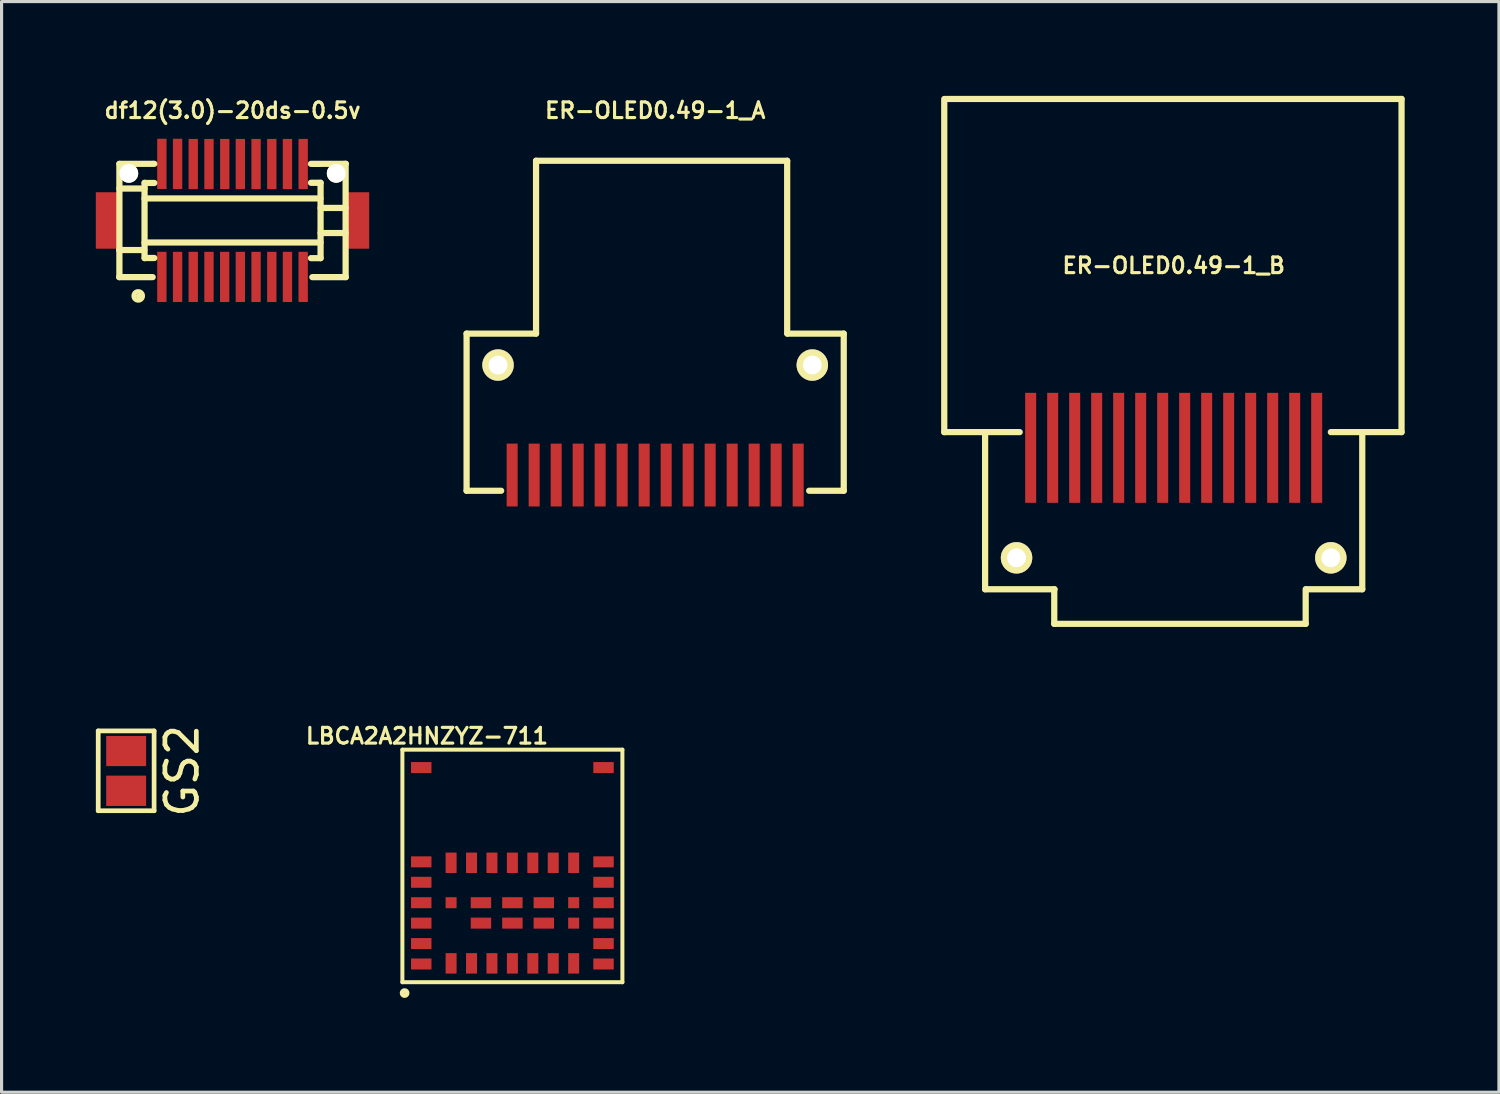
<source format=kicad_pcb>
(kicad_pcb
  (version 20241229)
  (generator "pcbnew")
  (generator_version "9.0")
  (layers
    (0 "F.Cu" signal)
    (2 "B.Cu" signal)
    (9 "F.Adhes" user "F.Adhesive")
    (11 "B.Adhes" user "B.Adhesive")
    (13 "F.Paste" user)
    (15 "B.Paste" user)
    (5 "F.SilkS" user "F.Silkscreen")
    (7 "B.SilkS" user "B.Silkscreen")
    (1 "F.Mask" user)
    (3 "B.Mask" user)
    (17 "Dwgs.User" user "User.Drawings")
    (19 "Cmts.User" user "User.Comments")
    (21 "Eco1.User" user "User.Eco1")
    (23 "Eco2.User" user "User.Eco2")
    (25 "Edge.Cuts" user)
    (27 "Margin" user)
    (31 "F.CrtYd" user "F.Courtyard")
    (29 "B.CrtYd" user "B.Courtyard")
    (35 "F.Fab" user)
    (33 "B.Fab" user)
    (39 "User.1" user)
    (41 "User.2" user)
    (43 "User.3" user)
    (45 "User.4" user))
  (footprint "df12(3.0)-20ds-0.5v"
    (layer "F.Cu")
    (at 4.348 3.965)
    (property "Reference" "df12(3.0)-20ds-0.5v" (at 0 -3.5 0) (layer "F.SilkS") (effects (font (size 0.498 0.498) (thickness 0.099))))
    (attr through_hole)
    (fp_line (start -3.607 1.803) (end -2.54 1.803) (stroke (width 0.198) (type solid)) (layer "F.SilkS"))
    (fp_line (start -3.599 1.801) (end -3.599 -1.801) (stroke (width 0.198) (type solid)) (layer "F.SilkS"))
    (fp_line (start -3 2.4) (end -2.9 2.4) (stroke (width 0.15) (type solid)) (layer "F.SilkS"))
    (fp_line (start -2.807 0.94) (end -3.607 0.94) (stroke (width 0.198) (type solid)) (layer "F.SilkS"))
    (fp_line (start -2.799 -1.016) (end -3.599 -1.016) (stroke (width 0.198) (type solid)) (layer "F.SilkS"))
    (fp_line (start -2.799 0.701) (end 2.799 0.701) (stroke (width 0.198) (type solid)) (layer "F.SilkS"))
    (fp_line (start -2.799 1.199) (end -2.799 -1.199) (stroke (width 0.198) (type solid)) (layer "F.SilkS"))
    (fp_line (start -2.489 -1.803) (end -3.599 -1.801) (stroke (width 0.198) (type solid)) (layer "F.SilkS"))
    (fp_line (start -2.489 -1.194) (end -2.794 -1.194) (stroke (width 0.198) (type solid)) (layer "F.SilkS"))
    (fp_line (start -2.489 1.194) (end -2.794 1.194) (stroke (width 0.198) (type solid)) (layer "F.SilkS"))
    (fp_line (start 2.54 1.803) (end 3.607 1.803) (stroke (width 0.198) (type solid)) (layer "F.SilkS"))
    (fp_line (start 2.799 -0.701) (end -2.799 -0.701) (stroke (width 0.198) (type solid)) (layer "F.SilkS"))
    (fp_line (start 2.802 -1.199) (end 2.497 -1.199) (stroke (width 0.198) (type solid)) (layer "F.SilkS"))
    (fp_line (start 2.802 -1.199) (end 2.802 1.199) (stroke (width 0.198) (type solid)) (layer "F.SilkS"))
    (fp_line (start 2.802 -0.399) (end 3.602 -0.399) (stroke (width 0.198) (type solid)) (layer "F.SilkS"))
    (fp_line (start 2.802 1.199) (end 2.497 1.199) (stroke (width 0.198) (type solid)) (layer "F.SilkS"))
    (fp_line (start 3.599 -1.801) (end 3.599 1.801) (stroke (width 0.198) (type solid)) (layer "F.SilkS"))
    (fp_line (start 3.602 0.399) (end 2.802 0.399) (stroke (width 0.198) (type solid)) (layer "F.SilkS"))
    (fp_line (start 3.607 -1.803) (end 2.497 -1.801) (stroke (width 0.198) (type solid)) (layer "F.SilkS"))
    (fp_circle (center -3 2.4) (end -2.9 2.5) (stroke (width 0.15) (type solid)) (fill no) (layer "F.SilkS"))
    (pad "" smd rect (at -3.95 0) (size 0.798 1.796) (layers "F.Cu" "F.Mask" "F.Paste"))
    (pad "" np_thru_hole circle (at -3.299 -1.499) (size 0.597 0.597) (drill 0.597) (layers "*.Cu" "*.Mask" "F.SilkS"))
    (pad "" np_thru_hole circle (at 3.299 -1.499) (size 0.597 0.597) (drill 0.597) (layers "*.Cu" "*.Mask" "F.SilkS"))
    (pad "" smd rect (at 3.95 0) (size 0.798 1.796) (layers "F.Cu" "F.Mask" "F.Paste"))
    (pad "1" smd rect (at -2.248 1.796) (size 0.297 1.598) (layers "F.Cu" "F.Mask" "F.Paste"))
    (pad "2" smd rect (at -1.748 1.796) (size 0.297 1.598) (layers "F.Cu" "F.Mask" "F.Paste"))
    (pad "3" smd rect (at -1.25 1.796) (size 0.297 1.598) (layers "F.Cu" "F.Mask" "F.Paste"))
    (pad "4" smd rect (at -0.749 1.796) (size 0.297 1.598) (layers "F.Cu" "F.Mask" "F.Paste"))
    (pad "5" smd rect (at -0.249 1.796) (size 0.297 1.598) (layers "F.Cu" "F.Mask" "F.Paste"))
    (pad "6" smd rect (at 0.249 1.796) (size 0.297 1.598) (layers "F.Cu" "F.Mask" "F.Paste"))
    (pad "7" smd rect (at 0.749 1.796) (size 0.297 1.598) (layers "F.Cu" "F.Mask" "F.Paste"))
    (pad "8" smd rect (at 1.25 1.796) (size 0.297 1.598) (layers "F.Cu" "F.Mask" "F.Paste"))
    (pad "9" smd rect (at 1.748 1.796) (size 0.297 1.598) (layers "F.Cu" "F.Mask" "F.Paste"))
    (pad "10" smd rect (at 2.248 1.796) (size 0.297 1.598) (layers "F.Cu" "F.Mask" "F.Paste"))
    (pad "11" smd rect (at 2.248 -1.796) (size 0.297 1.598) (layers "F.Cu" "F.Mask" "F.Paste"))
    (pad "12" smd rect (at 1.748 -1.796) (size 0.297 1.598) (layers "F.Cu" "F.Mask" "F.Paste"))
    (pad "13" smd rect (at 1.25 -1.796) (size 0.297 1.598) (layers "F.Cu" "F.Mask" "F.Paste"))
    (pad "14" smd rect (at 0.749 -1.796) (size 0.297 1.598) (layers "F.Cu" "F.Mask" "F.Paste"))
    (pad "15" smd rect (at 0.249 -1.796) (size 0.297 1.598) (layers "F.Cu" "F.Mask" "F.Paste"))
    (pad "16" smd rect (at -0.246 -1.796) (size 0.297 1.598) (layers "F.Cu" "F.Mask" "F.Paste"))
    (pad "17" smd rect (at -0.749 -1.796) (size 0.297 1.598) (layers "F.Cu" "F.Mask" "F.Paste"))
    (pad "18" smd rect (at -1.25 -1.796) (size 0.297 1.598) (layers "F.Cu" "F.Mask" "F.Paste"))
    (pad "19" smd rect (at -1.748 -1.801) (size 0.297 1.598) (layers "F.Cu" "F.Mask" "F.Paste"))
    (pad "20" smd rect (at -2.248 -1.801) (size 0.297 1.598) (layers "F.Cu" "F.Mask" "F.Paste")))
  (footprint "GS2"
    (layer "F.Cu")
    (at 0.964 21.476)
    (property "Reference" "GS2" (at 1.778 0 90) (layer "F.SilkS") (effects (font (size 1 1) (thickness 0.15))))
    (attr exclude_from_pos_files exclude_from_bom)
    (fp_line (start -0.889 -1.27) (end -0.889 1.27) (stroke (width 0.15) (type solid)) (layer "F.SilkS"))
    (fp_line (start -0.889 -1.27) (end 0.889 -1.27) (stroke (width 0.15) (type solid)) (layer "F.SilkS"))
    (fp_line (start 0.889 1.27) (end -0.889 1.27) (stroke (width 0.15) (type solid)) (layer "F.SilkS"))
    (fp_line (start 0.889 1.27) (end 0.889 -1.27) (stroke (width 0.15) (type solid)) (layer "F.SilkS"))
    (pad "1" smd rect (at 0 -0.63) (size 1.27 0.96) (layers "F.Cu" "F.Mask" "F.Paste"))
    (pad "2" smd rect (at 0 0.635) (size 1.27 0.965) (layers "F.Cu" "F.Mask" "F.Paste")))
  (footprint "LBCA2A2HNZYZ-711"
    (layer "F.Cu")
    (at 13.253 26.002)
    (property "Reference" "LBCA2A2HNZYZ-711" (at -2.718 -5.635 0) (layer "F.SilkS") (effects (font (size 0.5 0.5) (thickness 0.1))))
    (attr through_hole)
    (fp_line (start -3.5 -5.2) (end 3.5 -5.2) (stroke (width 0.127) (type solid)) (layer "F.SilkS"))
    (fp_line (start -3.5 2.2) (end -3.5 -5.2) (stroke (width 0.127) (type solid)) (layer "F.SilkS"))
    (fp_line (start 3.5 -5.2) (end 3.5 2.2) (stroke (width 0.127) (type solid)) (layer "F.SilkS"))
    (fp_line (start 3.5 2.2) (end -3.5 2.2) (stroke (width 0.127) (type solid)) (layer "F.SilkS"))
    (fp_circle (center -3.429 2.545) (end -3.404 2.621) (stroke (width 0.15) (type solid)) (fill no) (layer "F.SilkS"))
    (pad "1" smd rect (at -1.95 1.6) (size 0.35 0.65) (layers "F.Cu" "F.Mask" "F.Paste"))
    (pad "2" smd rect (at -1.3 1.6) (size 0.35 0.65) (layers "F.Cu" "F.Mask" "F.Paste"))
    (pad "3" smd rect (at -0.65 1.6) (size 0.35 0.65) (layers "F.Cu" "F.Mask" "F.Paste"))
    (pad "4" smd rect (at 0 1.6) (size 0.35 0.65) (layers "F.Cu" "F.Mask" "F.Paste"))
    (pad "5" smd rect (at 0.65 1.6) (size 0.35 0.65) (layers "F.Cu" "F.Mask" "F.Paste"))
    (pad "6" smd rect (at 1.3 1.6) (size 0.35 0.65) (layers "F.Cu" "F.Mask" "F.Paste"))
    (pad "7" smd rect (at 1.95 1.6) (size 0.35 0.65) (layers "F.Cu" "F.Mask" "F.Paste"))
    (pad "8" smd rect (at 2.9 1.62) (size 0.65 0.35) (layers "F.Cu" "F.Mask" "F.Paste"))
    (pad "9" smd rect (at 2.9 0.97) (size 0.65 0.35) (layers "F.Cu" "F.Mask" "F.Paste"))
    (pad "10" smd rect (at 2.9 0.32) (size 0.65 0.35) (layers "F.Cu" "F.Mask" "F.Paste"))
    (pad "11" smd rect (at 2.9 -0.33) (size 0.65 0.35) (layers "F.Cu" "F.Mask" "F.Paste"))
    (pad "12" smd rect (at 2.9 -0.98) (size 0.65 0.35) (layers "F.Cu" "F.Mask" "F.Paste"))
    (pad "13" smd rect (at 2.9 -1.63) (size 0.65 0.35) (layers "F.Cu" "F.Mask" "F.Paste"))
    (pad "14" smd rect (at 1.95 -1.6) (size 0.35 0.65) (layers "F.Cu" "F.Mask" "F.Paste"))
    (pad "15" smd rect (at 1.3 -1.6) (size 0.35 0.65) (layers "F.Cu" "F.Mask" "F.Paste"))
    (pad "16" smd rect (at 0.65 -1.6) (size 0.35 0.65) (layers "F.Cu" "F.Mask" "F.Paste"))
    (pad "17" smd rect (at 0 -1.6) (size 0.35 0.65) (layers "F.Cu" "F.Mask" "F.Paste"))
    (pad "18" smd rect (at -0.65 -1.6) (size 0.35 0.65) (layers "F.Cu" "F.Mask" "F.Paste"))
    (pad "19" smd rect (at -1.3 -1.6) (size 0.35 0.65) (layers "F.Cu" "F.Mask" "F.Paste"))
    (pad "20" smd rect (at -1.95 -1.6) (size 0.35 0.65) (layers "F.Cu" "F.Mask" "F.Paste"))
    (pad "21" smd rect (at -2.9 -1.63) (size 0.65 0.35) (layers "F.Cu" "F.Mask" "F.Paste"))
    (pad "22" smd rect (at -2.9 -0.98) (size 0.65 0.35) (layers "F.Cu" "F.Mask" "F.Paste"))
    (pad "23" smd rect (at -2.9 -0.33) (size 0.65 0.35) (layers "F.Cu" "F.Mask" "F.Paste"))
    (pad "24" smd rect (at -2.9 0.32) (size 0.65 0.35) (layers "F.Cu" "F.Mask" "F.Paste"))
    (pad "25" smd rect (at -2.9 0.97) (size 0.65 0.35) (layers "F.Cu" "F.Mask" "F.Paste"))
    (pad "26" smd rect (at -2.9 1.62) (size 0.65 0.35) (layers "F.Cu" "F.Mask" "F.Paste"))
    (pad "27" smd rect (at -1 0.32) (size 0.65 0.35) (layers "F.Cu" "F.Mask" "F.Paste"))
    (pad "28" smd rect (at 0 0.32) (size 0.65 0.35) (layers "F.Cu" "F.Mask" "F.Paste"))
    (pad "29" smd rect (at 1 0.32) (size 0.65 0.35) (layers "F.Cu" "F.Mask" "F.Paste"))
    (pad "30" smd rect (at 1.95 0.32) (size 0.35 0.35) (layers "F.Cu" "F.Mask" "F.Paste"))
    (pad "31" smd rect (at 1.95 -0.33) (size 0.35 0.35) (layers "F.Cu" "F.Mask" "F.Paste"))
    (pad "32" smd rect (at 1 -0.33) (size 0.65 0.35) (layers "F.Cu" "F.Mask" "F.Paste"))
    (pad "33" smd rect (at 0 -0.33) (size 0.65 0.35) (layers "F.Cu" "F.Mask" "F.Paste"))
    (pad "34" smd rect (at -1 -0.33) (size 0.65 0.35) (layers "F.Cu" "F.Mask" "F.Paste"))
    (pad "35" smd rect (at -1.95 -0.33) (size 0.35 0.35) (layers "F.Cu" "F.Mask" "F.Paste"))
    (pad "36" smd rect (at 2.9 -4.63) (size 0.65 0.35) (layers "F.Cu" "F.Mask" "F.Paste"))
    (pad "37" smd rect (at -2.9 -4.63) (size 0.65 0.35) (layers "F.Cu" "F.Mask" "F.Paste")))
  (footprint "ER-OLED0.49-1_A"
    (layer "F.Cu")
    (at 17.796 9.565)
    (property "Reference" "ER-OLED0.49-1_A" (at 0 -9.1 0) (layer "F.SilkS") (effects (font (size 0.498 0.498) (thickness 0.099))))
    (attr through_hole)
    (fp_line (start -6 -2) (end -6 3) (stroke (width 0.198) (type solid)) (layer "F.SilkS"))
    (fp_line (start -4.9 3) (end -6 3) (stroke (width 0.198) (type solid)) (layer "F.SilkS"))
    (fp_line (start -3.79 -2) (end -6 -2) (stroke (width 0.198) (type solid)) (layer "F.SilkS"))
    (fp_line (start -3.79 -2) (end -3.79 -7.5) (stroke (width 0.198) (type solid)) (layer "F.SilkS"))
    (fp_line (start 4.2 -7.5) (end -3.79 -7.5) (stroke (width 0.198) (type solid)) (layer "F.SilkS"))
    (fp_line (start 4.2 -7.5) (end 4.2 -2) (stroke (width 0.198) (type solid)) (layer "F.SilkS"))
    (fp_line (start 6 -2) (end 4.21 -2) (stroke (width 0.198) (type solid)) (layer "F.SilkS"))
    (fp_line (start 6 -2) (end 6 3) (stroke (width 0.198) (type solid)) (layer "F.SilkS"))
    (fp_line (start 6 3) (end 4.9 3) (stroke (width 0.198) (type solid)) (layer "F.SilkS"))
    (pad "" np_thru_hole circle (at -5 -1) (size 1 1) (drill 0.597) (layers "*.Cu" "*.Mask" "F.SilkS"))
    (pad "" np_thru_hole circle (at 5 -1) (size 1 1) (drill 0.597) (layers "*.Cu" "*.Mask" "F.SilkS"))
    (pad "1" smd rect (at 4.55 2.5) (size 0.35 2) (layers "F.Cu" "F.Mask" "F.Paste"))
    (pad "2" smd rect (at 3.85 2.5) (size 0.35 2) (layers "F.Cu" "F.Mask" "F.Paste"))
    (pad "3" smd rect (at 3.15 2.5) (size 0.35 2) (layers "F.Cu" "F.Mask" "F.Paste"))
    (pad "4" smd rect (at 2.45 2.5) (size 0.35 2) (layers "F.Cu" "F.Mask" "F.Paste"))
    (pad "5" smd rect (at 1.75 2.5) (size 0.35 2) (layers "F.Cu" "F.Mask" "F.Paste"))
    (pad "6" smd rect (at 1.05 2.5) (size 0.35 2) (layers "F.Cu" "F.Mask" "F.Paste"))
    (pad "7" smd rect (at 0.35 2.5) (size 0.35 2) (layers "F.Cu" "F.Mask" "F.Paste"))
    (pad "8" smd rect (at -0.35 2.5) (size 0.35 2) (layers "F.Cu" "F.Mask" "F.Paste"))
    (pad "9" smd rect (at -1.05 2.5) (size 0.35 2) (layers "F.Cu" "F.Mask" "F.Paste"))
    (pad "10" smd rect (at -1.75 2.5) (size 0.35 2) (layers "F.Cu" "F.Mask" "F.Paste"))
    (pad "11" smd rect (at -2.45 2.5) (size 0.35 2) (layers "F.Cu" "F.Mask" "F.Paste"))
    (pad "12" smd rect (at -3.15 2.5) (size 0.35 2) (layers "F.Cu" "F.Mask" "F.Paste"))
    (pad "13" smd rect (at -3.85 2.5) (size 0.35 2) (layers "F.Cu" "F.Mask" "F.Paste"))
    (pad "14" smd rect (at -4.55 2.5) (size 0.35 2) (layers "F.Cu" "F.Mask" "F.Paste")))
  (footprint "ER-OLED0.49-1_B"
    (layer "F.Cu")
    (at 34.294 15.699)
    (property "Reference" "ER-OLED0.49-1_B" (at 0 -10.3 0) (layer "F.SilkS") (effects (font (size 0.498 0.498) (thickness 0.099))))
    (attr through_hole)
    (fp_line (start -7.3 -15.6) (end -7.3 -5) (stroke (width 0.198) (type solid)) (layer "F.SilkS"))
    (fp_line (start -7.3 -5) (end -4.9 -5) (stroke (width 0.198) (type solid)) (layer "F.SilkS"))
    (fp_line (start -6 0) (end -6 -5) (stroke (width 0.198) (type solid)) (layer "F.SilkS"))
    (fp_line (start -6 0) (end -3.79 0) (stroke (width 0.198) (type solid)) (layer "F.SilkS"))
    (fp_line (start -3.8 1.1) (end -3.8 0) (stroke (width 0.198) (type solid)) (layer "F.SilkS"))
    (fp_line (start 4.2 0) (end 4.2 1.1) (stroke (width 0.198) (type solid)) (layer "F.SilkS"))
    (fp_line (start 4.2 1.1) (end -3.8 1.1) (stroke (width 0.198) (type solid)) (layer "F.SilkS"))
    (fp_line (start 4.21 0) (end 6 0) (stroke (width 0.198) (type solid)) (layer "F.SilkS"))
    (fp_line (start 5 -5) (end 7.25 -5) (stroke (width 0.198) (type solid)) (layer "F.SilkS"))
    (fp_line (start 6 0) (end 6 -5) (stroke (width 0.198) (type solid)) (layer "F.SilkS"))
    (fp_line (start 7.25 -15.6) (end -7.25 -15.6) (stroke (width 0.198) (type solid)) (layer "F.SilkS"))
    (fp_line (start 7.25 -5) (end 7.25 -15.6) (stroke (width 0.198) (type solid)) (layer "F.SilkS"))
    (pad "" np_thru_hole circle (at -5 -1 180) (size 1 1) (drill 0.597) (layers "*.Cu" "*.Mask" "F.SilkS"))
    (pad "" np_thru_hole circle (at 5 -1 180) (size 1 1) (drill 0.597) (layers "*.Cu" "*.Mask" "F.SilkS"))
    (pad "1" smd rect (at -4.55 -4.5 180) (size 0.35 3.5) (layers "F.Cu" "F.Mask" "F.Paste"))
    (pad "2" smd rect (at -3.85 -4.5 180) (size 0.35 3.5) (layers "F.Cu" "F.Mask" "F.Paste"))
    (pad "3" smd rect (at -3.15 -4.5 180) (size 0.35 3.5) (layers "F.Cu" "F.Mask" "F.Paste"))
    (pad "4" smd rect (at -2.45 -4.5 180) (size 0.35 3.5) (layers "F.Cu" "F.Mask" "F.Paste"))
    (pad "5" smd rect (at -1.75 -4.5 180) (size 0.35 3.5) (layers "F.Cu" "F.Mask" "F.Paste"))
    (pad "6" smd rect (at -1.05 -4.5 180) (size 0.35 3.5) (layers "F.Cu" "F.Mask" "F.Paste"))
    (pad "7" smd rect (at -0.35 -4.5 180) (size 0.35 3.5) (layers "F.Cu" "F.Mask" "F.Paste"))
    (pad "8" smd rect (at 0.35 -4.5 180) (size 0.35 3.5) (layers "F.Cu" "F.Mask" "F.Paste"))
    (pad "9" smd rect (at 1.05 -4.5 180) (size 0.35 3.5) (layers "F.Cu" "F.Mask" "F.Paste"))
    (pad "10" smd rect (at 1.75 -4.5 180) (size 0.35 3.5) (layers "F.Cu" "F.Mask" "F.Paste"))
    (pad "11" smd rect (at 2.45 -4.5 180) (size 0.35 3.5) (layers "F.Cu" "F.Mask" "F.Paste"))
    (pad "12" smd rect (at 3.15 -4.5 180) (size 0.35 3.5) (layers "F.Cu" "F.Mask" "F.Paste"))
    (pad "13" smd rect (at 3.85 -4.5 180) (size 0.35 3.5) (layers "F.Cu" "F.Mask" "F.Paste"))
    (pad "14" smd rect (at 4.55 -4.5 180) (size 0.35 3.5) (layers "F.Cu" "F.Mask" "F.Paste")))
  (gr_rect
    (start -3 -3)
    (end 44.643 31.702)
    (stroke (width 0.1) (type default))
    (fill no)
    (layer "Edge.Cuts")))
</source>
